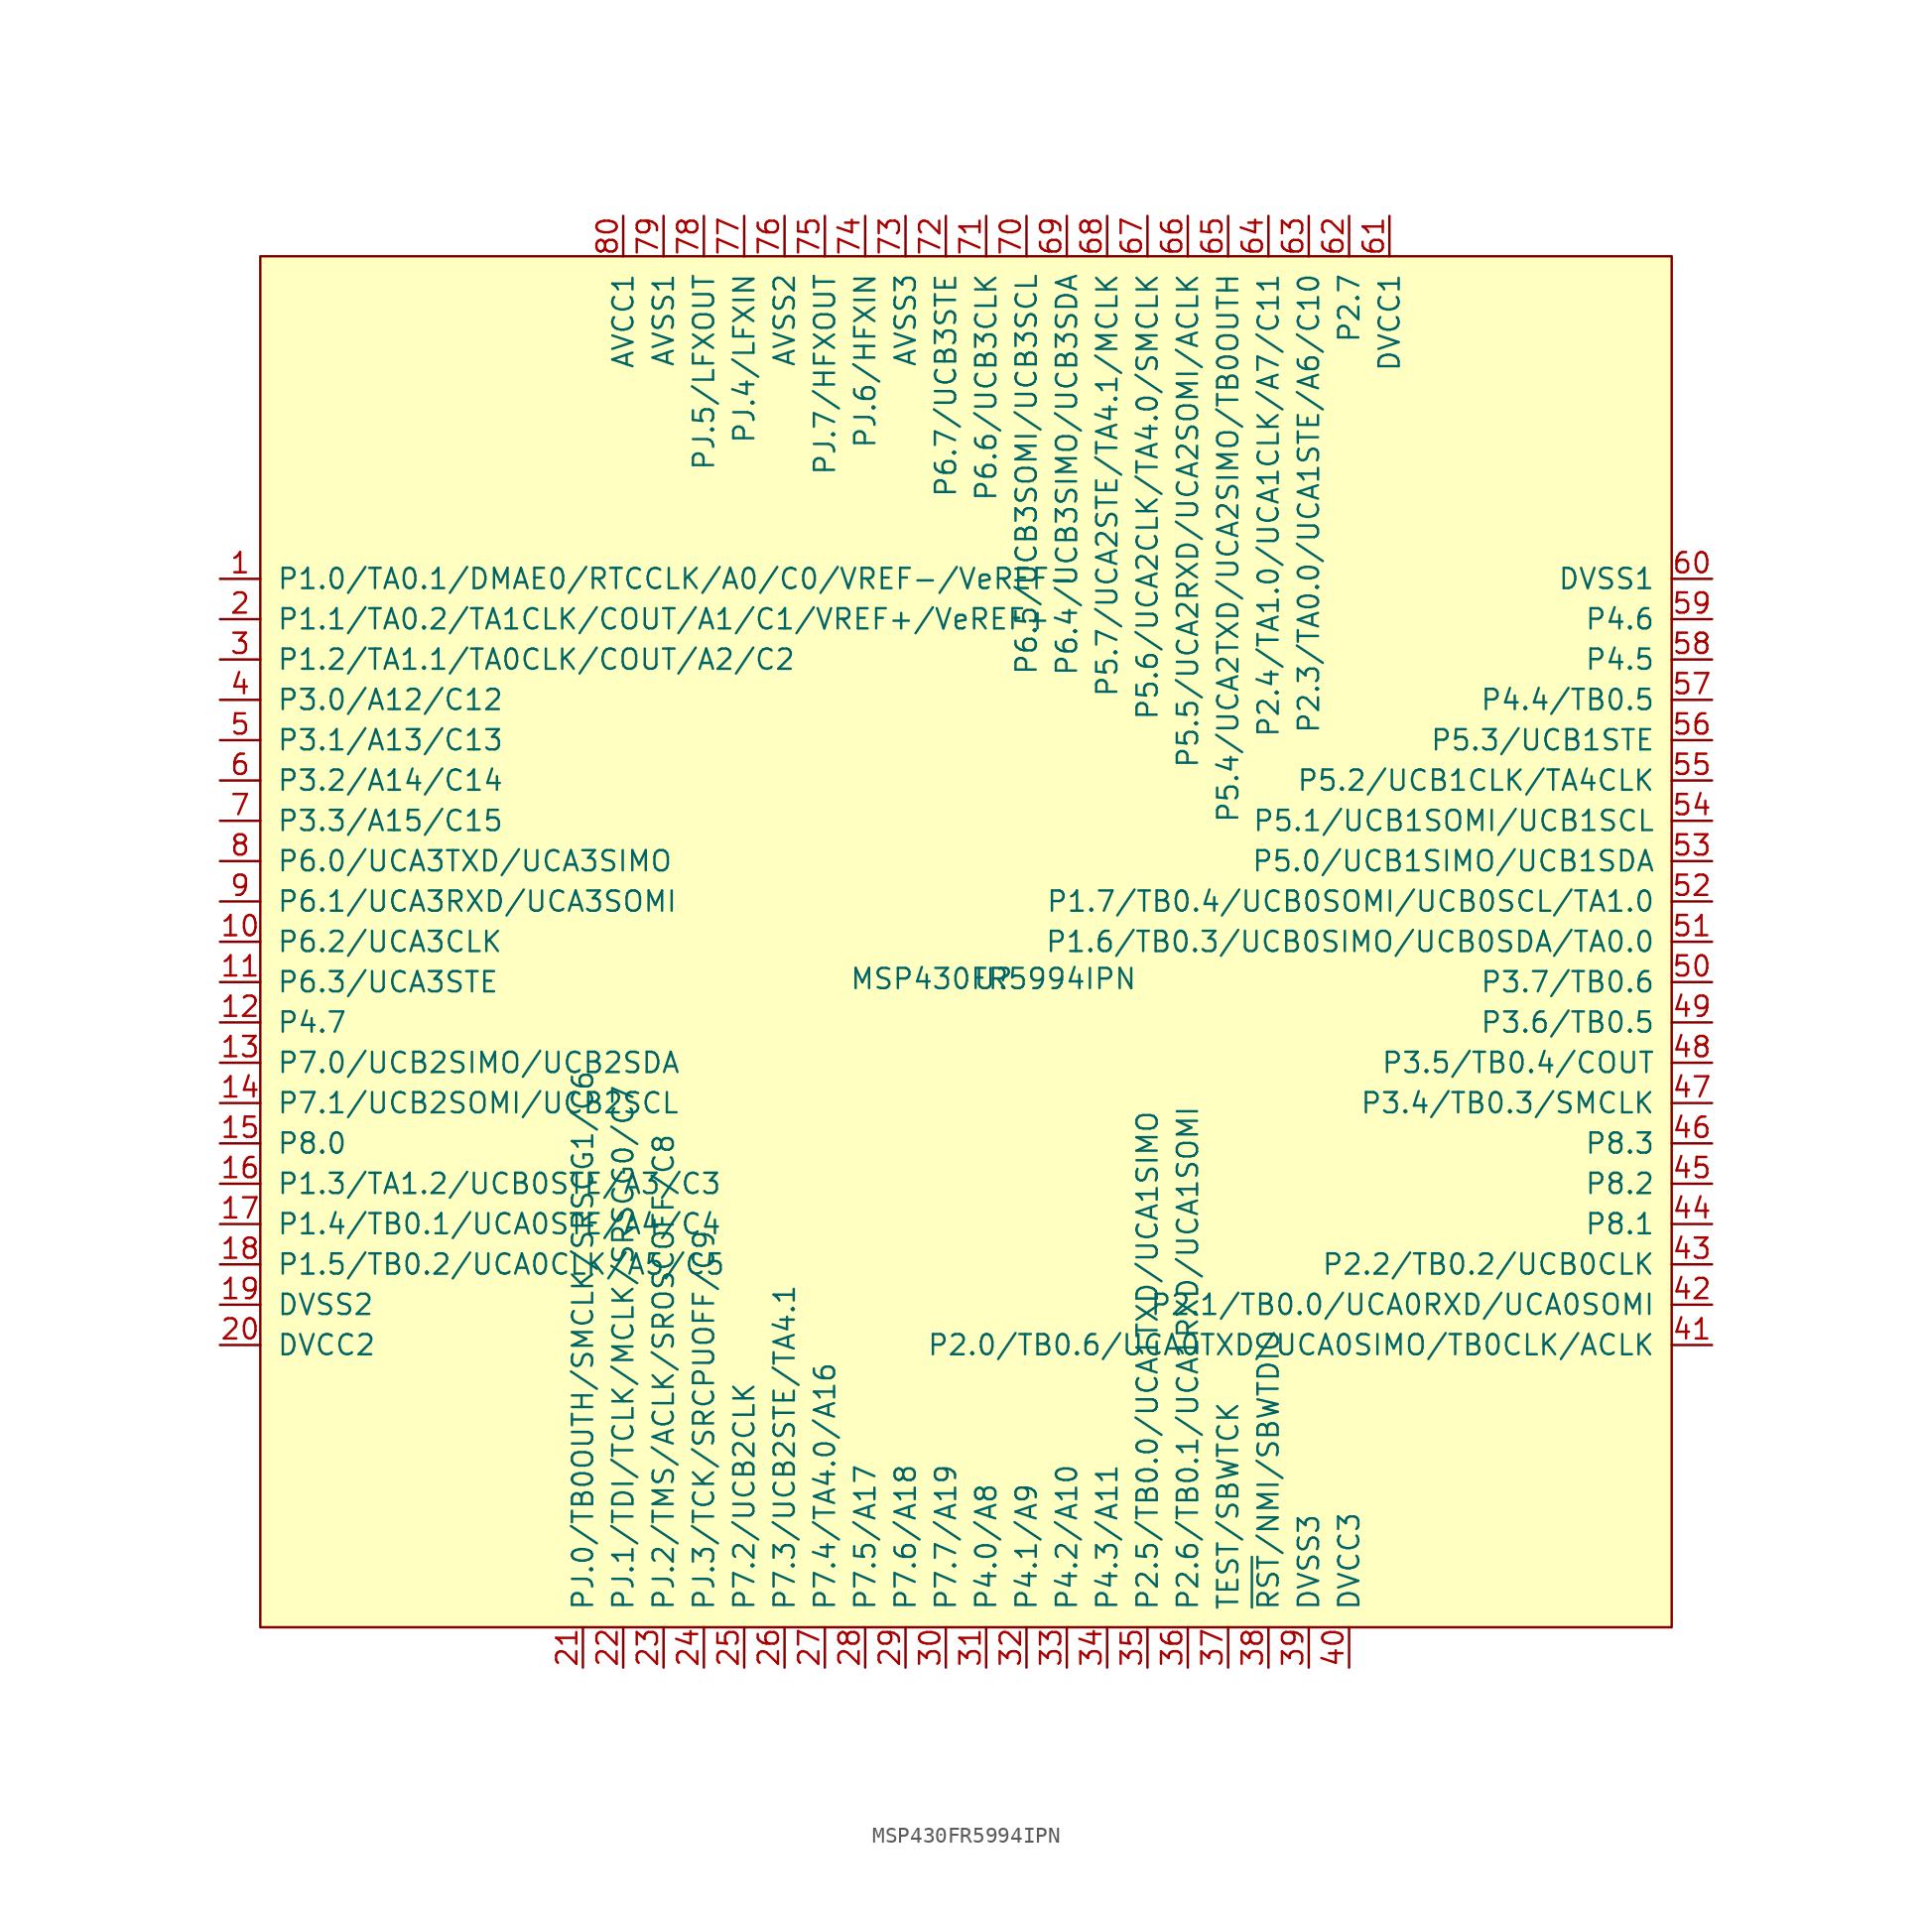
<source format=kicad_sym>
(kicad_symbol_lib
  (version 20211014)
  (generator kicad_symbol_editor)
  (symbol "MSP430FR5994IPN"
    (pin_names
      (offset 1.016))
    (property "Reference" "U"
      (at 0.457 0.203 0)
      (effects (font (size 1.27 1.27))))
    (property "Value" "MSP430FR5994IPN"
      (at 0.457 0.203 0)
      (effects (font (size 1.27 1.27))))
    (symbol "MSP430FR5994IPN_0_1"
      (polyline (pts (xy -45.72 45.72) (xy -45.72 -40.64) (xy 43.18 -40.64) (xy 43.18 45.72) (xy -45.72 45.72)) (stroke (width 0) (type default) (color 0 0 0 0)) (fill (type background))))
    (symbol "MSP430FR5994IPN_1_1"
      (pin bidirectional line (at -48.26 25.4 0) (length 2.54) (name "P1.0/TA0.1/DMAE0/RTCCLK/A0/C0/VREF-/VeREF-" (effects (font (size 1.27 1.27)))) (number "1" (effects (font (size 1.27 1.27)))))
      (pin bidirectional line (at -48.26 2.54 0) (length 2.54) (name "P6.2/UCA3CLK" (effects (font (size 1.27 1.27)))) (number "10" (effects (font (size 1.27 1.27)))))
      (pin bidirectional line (at -48.26 0 0) (length 2.54) (name "P6.3/UCA3STE" (effects (font (size 1.27 1.27)))) (number "11" (effects (font (size 1.27 1.27)))))
      (pin bidirectional line (at -48.26 -2.54 0) (length 2.54) (name "P4.7" (effects (font (size 1.27 1.27)))) (number "12" (effects (font (size 1.27 1.27)))))
      (pin bidirectional line (at -48.26 -5.08 0) (length 2.54) (name "P7.0/UCB2SIMO/UCB2SDA" (effects (font (size 1.27 1.27)))) (number "13" (effects (font (size 1.27 1.27)))))
      (pin bidirectional line (at -48.26 -7.62 0) (length 2.54) (name "P7.1/UCB2SOMI/UCB2SCL" (effects (font (size 1.27 1.27)))) (number "14" (effects (font (size 1.27 1.27)))))
      (pin bidirectional line (at -48.26 -10.16 0) (length 2.54) (name "P8.0" (effects (font (size 1.27 1.27)))) (number "15" (effects (font (size 1.27 1.27)))))
      (pin bidirectional line (at -48.26 -12.7 0) (length 2.54) (name "P1.3/TA1.2/UCB0STE/A3/C3" (effects (font (size 1.27 1.27)))) (number "16" (effects (font (size 1.27 1.27)))))
      (pin bidirectional line (at -48.26 -15.24 0) (length 2.54) (name "P1.4/TB0.1/UCA0STE/A4/C4" (effects (font (size 1.27 1.27)))) (number "17" (effects (font (size 1.27 1.27)))))
      (pin bidirectional line (at -48.26 -17.78 0) (length 2.54) (name "P1.5/TB0.2/UCA0CLK/A5/C5" (effects (font (size 1.27 1.27)))) (number "18" (effects (font (size 1.27 1.27)))))
      (pin power_in line (at -48.26 -20.32 0) (length 2.54) (name "DVSS2" (effects (font (size 1.27 1.27)))) (number "19" (effects (font (size 1.27 1.27)))))
      (pin bidirectional line (at -48.26 22.86 0) (length 2.54) (name "P1.1/TA0.2/TA1CLK/COUT/A1/C1/VREF+/VeREF+" (effects (font (size 1.27 1.27)))) (number "2" (effects (font (size 1.27 1.27)))))
      (pin power_in line (at -48.26 -22.86 0) (length 2.54) (name "DVCC2" (effects (font (size 1.27 1.27)))) (number "20" (effects (font (size 1.27 1.27)))))
      (pin bidirectional line (at -25.4 -43.18 90) (length 2.54) (name "PJ.0/TB0OUTH/SMCLK/SRSCG1/C6" (effects (font (size 1.27 1.27)))) (number "21" (effects (font (size 1.27 1.27)))))
      (pin bidirectional line (at -22.86 -43.18 90) (length 2.54) (name "PJ.1/TDI/TCLK/MCLK/SRSCG0/C7" (effects (font (size 1.27 1.27)))) (number "22" (effects (font (size 1.27 1.27)))))
      (pin bidirectional line (at -20.32 -43.18 90) (length 2.54) (name "PJ.2/TMS/ACLK/SROSCOFF/C8" (effects (font (size 1.27 1.27)))) (number "23" (effects (font (size 1.27 1.27)))))
      (pin bidirectional line (at -17.78 -43.18 90) (length 2.54) (name "PJ.3/TCK/SRCPUOFF/C9" (effects (font (size 1.27 1.27)))) (number "24" (effects (font (size 1.27 1.27)))))
      (pin bidirectional line (at -15.24 -43.18 90) (length 2.54) (name "P7.2/UCB2CLK" (effects (font (size 1.27 1.27)))) (number "25" (effects (font (size 1.27 1.27)))))
      (pin bidirectional line (at -12.7 -43.18 90) (length 2.54) (name "P7.3/UCB2STE/TA4.1" (effects (font (size 1.27 1.27)))) (number "26" (effects (font (size 1.27 1.27)))))
      (pin bidirectional line (at -10.16 -43.18 90) (length 2.54) (name "P7.4/TA4.0/A16" (effects (font (size 1.27 1.27)))) (number "27" (effects (font (size 1.27 1.27)))))
      (pin bidirectional line (at -7.62 -43.18 90) (length 2.54) (name "P7.5/A17" (effects (font (size 1.27 1.27)))) (number "28" (effects (font (size 1.27 1.27)))))
      (pin bidirectional line (at -5.08 -43.18 90) (length 2.54) (name "P7.6/A18" (effects (font (size 1.27 1.27)))) (number "29" (effects (font (size 1.27 1.27)))))
      (pin bidirectional line (at -48.26 20.32 0) (length 2.54) (name "P1.2/TA1.1/TA0CLK/COUT/A2/C2" (effects (font (size 1.27 1.27)))) (number "3" (effects (font (size 1.27 1.27)))))
      (pin bidirectional line (at -2.54 -43.18 90) (length 2.54) (name "P7.7/A19" (effects (font (size 1.27 1.27)))) (number "30" (effects (font (size 1.27 1.27)))))
      (pin bidirectional line (at 0 -43.18 90) (length 2.54) (name "P4.0/A8" (effects (font (size 1.27 1.27)))) (number "31" (effects (font (size 1.27 1.27)))))
      (pin bidirectional line (at 2.54 -43.18 90) (length 2.54) (name "P4.1/A9" (effects (font (size 1.27 1.27)))) (number "32" (effects (font (size 1.27 1.27)))))
      (pin bidirectional line (at 5.08 -43.18 90) (length 2.54) (name "P4.2/A10" (effects (font (size 1.27 1.27)))) (number "33" (effects (font (size 1.27 1.27)))))
      (pin bidirectional line (at 7.62 -43.18 90) (length 2.54) (name "P4.3/A11" (effects (font (size 1.27 1.27)))) (number "34" (effects (font (size 1.27 1.27)))))
      (pin bidirectional line (at 10.16 -43.18 90) (length 2.54) (name "P2.5/TB0.0/UCA1TXD/UCA1SIMO" (effects (font (size 1.27 1.27)))) (number "35" (effects (font (size 1.27 1.27)))))
      (pin bidirectional line (at 12.7 -43.18 90) (length 2.54) (name "P2.6/TB0.1/UCA1RXD/UCA1SOMI" (effects (font (size 1.27 1.27)))) (number "36" (effects (font (size 1.27 1.27)))))
      (pin bidirectional line (at 15.24 -43.18 90) (length 2.54) (name "TEST/SBWTCK" (effects (font (size 1.27 1.27)))) (number "37" (effects (font (size 1.27 1.27)))))
      (pin bidirectional line (at 17.78 -43.18 90) (length 2.54) (name "~{RST}/NMI/SBWTDIO" (effects (font (size 1.27 1.27)))) (number "38" (effects (font (size 1.27 1.27)))))
      (pin power_in line (at 20.32 -43.18 90) (length 2.54) (name "DVSS3" (effects (font (size 1.27 1.27)))) (number "39" (effects (font (size 1.27 1.27)))))
      (pin bidirectional line (at -48.26 17.78 0) (length 2.54) (name "P3.0/A12/C12" (effects (font (size 1.27 1.27)))) (number "4" (effects (font (size 1.27 1.27)))))
      (pin power_in line (at 22.86 -43.18 90) (length 2.54) (name "DVCC3" (effects (font (size 1.27 1.27)))) (number "40" (effects (font (size 1.27 1.27)))))
      (pin bidirectional line (at 45.72 -22.86 180) (length 2.54) (name "P2.0/TB0.6/UCA0TXD/UCA0SIMO/TB0CLK/ACLK" (effects (font (size 1.27 1.27)))) (number "41" (effects (font (size 1.27 1.27)))))
      (pin bidirectional line (at 45.72 -20.32 180) (length 2.54) (name "P2.1/TB0.0/UCA0RXD/UCA0SOMI" (effects (font (size 1.27 1.27)))) (number "42" (effects (font (size 1.27 1.27)))))
      (pin bidirectional line (at 45.72 -17.78 180) (length 2.54) (name "P2.2/TB0.2/UCB0CLK" (effects (font (size 1.27 1.27)))) (number "43" (effects (font (size 1.27 1.27)))))
      (pin bidirectional line (at 45.72 -15.24 180) (length 2.54) (name "P8.1" (effects (font (size 1.27 1.27)))) (number "44" (effects (font (size 1.27 1.27)))))
      (pin bidirectional line (at 45.72 -12.7 180) (length 2.54) (name "P8.2" (effects (font (size 1.27 1.27)))) (number "45" (effects (font (size 1.27 1.27)))))
      (pin bidirectional line (at 45.72 -10.16 180) (length 2.54) (name "P8.3" (effects (font (size 1.27 1.27)))) (number "46" (effects (font (size 1.27 1.27)))))
      (pin bidirectional line (at 45.72 -7.62 180) (length 2.54) (name "P3.4/TB0.3/SMCLK" (effects (font (size 1.27 1.27)))) (number "47" (effects (font (size 1.27 1.27)))))
      (pin bidirectional line (at 45.72 -5.08 180) (length 2.54) (name "P3.5/TB0.4/COUT" (effects (font (size 1.27 1.27)))) (number "48" (effects (font (size 1.27 1.27)))))
      (pin bidirectional line (at 45.72 -2.54 180) (length 2.54) (name "P3.6/TB0.5" (effects (font (size 1.27 1.27)))) (number "49" (effects (font (size 1.27 1.27)))))
      (pin bidirectional line (at -48.26 15.24 0) (length 2.54) (name "P3.1/A13/C13" (effects (font (size 1.27 1.27)))) (number "5" (effects (font (size 1.27 1.27)))))
      (pin bidirectional line (at 45.72 0 180) (length 2.54) (name "P3.7/TB0.6" (effects (font (size 1.27 1.27)))) (number "50" (effects (font (size 1.27 1.27)))))
      (pin bidirectional line (at 45.72 2.54 180) (length 2.54) (name "P1.6/TB0.3/UCB0SIMO/UCB0SDA/TA0.0" (effects (font (size 1.27 1.27)))) (number "51" (effects (font (size 1.27 1.27)))))
      (pin bidirectional line (at 45.72 5.08 180) (length 2.54) (name "P1.7/TB0.4/UCB0SOMI/UCB0SCL/TA1.0" (effects (font (size 1.27 1.27)))) (number "52" (effects (font (size 1.27 1.27)))))
      (pin bidirectional line (at 45.72 7.62 180) (length 2.54) (name "P5.0/UCB1SIMO/UCB1SDA" (effects (font (size 1.27 1.27)))) (number "53" (effects (font (size 1.27 1.27)))))
      (pin bidirectional line (at 45.72 10.16 180) (length 2.54) (name "P5.1/UCB1SOMI/UCB1SCL" (effects (font (size 1.27 1.27)))) (number "54" (effects (font (size 1.27 1.27)))))
      (pin bidirectional line (at 45.72 12.7 180) (length 2.54) (name "P5.2/UCB1CLK/TA4CLK" (effects (font (size 1.27 1.27)))) (number "55" (effects (font (size 1.27 1.27)))))
      (pin bidirectional line (at 45.72 15.24 180) (length 2.54) (name "P5.3/UCB1STE" (effects (font (size 1.27 1.27)))) (number "56" (effects (font (size 1.27 1.27)))))
      (pin bidirectional line (at 45.72 17.78 180) (length 2.54) (name "P4.4/TB0.5" (effects (font (size 1.27 1.27)))) (number "57" (effects (font (size 1.27 1.27)))))
      (pin bidirectional line (at 45.72 20.32 180) (length 2.54) (name "P4.5" (effects (font (size 1.27 1.27)))) (number "58" (effects (font (size 1.27 1.27)))))
      (pin bidirectional line (at 45.72 22.86 180) (length 2.54) (name "P4.6" (effects (font (size 1.27 1.27)))) (number "59" (effects (font (size 1.27 1.27)))))
      (pin bidirectional line (at -48.26 12.7 0) (length 2.54) (name "P3.2/A14/C14" (effects (font (size 1.27 1.27)))) (number "6" (effects (font (size 1.27 1.27)))))
      (pin power_in line (at 45.72 25.4 180) (length 2.54) (name "DVSS1" (effects (font (size 1.27 1.27)))) (number "60" (effects (font (size 1.27 1.27)))))
      (pin power_in line (at 25.4 48.26 270) (length 2.54) (name "DVCC1" (effects (font (size 1.27 1.27)))) (number "61" (effects (font (size 1.27 1.27)))))
      (pin bidirectional line (at 22.86 48.26 270) (length 2.54) (name "P2.7" (effects (font (size 1.27 1.27)))) (number "62" (effects (font (size 1.27 1.27)))))
      (pin bidirectional line (at 20.32 48.26 270) (length 2.54) (name "P2.3/TA0.0/UCA1STE/A6/C10" (effects (font (size 1.27 1.27)))) (number "63" (effects (font (size 1.27 1.27)))))
      (pin bidirectional line (at 17.78 48.26 270) (length 2.54) (name "P2.4/TA1.0/UCA1CLK/A7/C11" (effects (font (size 1.27 1.27)))) (number "64" (effects (font (size 1.27 1.27)))))
      (pin bidirectional line (at 15.24 48.26 270) (length 2.54) (name "P5.4/UCA2TXD/UCA2SIMO/TB0OUTH" (effects (font (size 1.27 1.27)))) (number "65" (effects (font (size 1.27 1.27)))))
      (pin bidirectional line (at 12.7 48.26 270) (length 2.54) (name "P5.5/UCA2RXD/UCA2SOMI/ACLK" (effects (font (size 1.27 1.27)))) (number "66" (effects (font (size 1.27 1.27)))))
      (pin bidirectional line (at 10.16 48.26 270) (length 2.54) (name "P5.6/UCA2CLK/TA4.0/SMCLK" (effects (font (size 1.27 1.27)))) (number "67" (effects (font (size 1.27 1.27)))))
      (pin bidirectional line (at 7.62 48.26 270) (length 2.54) (name "P5.7/UCA2STE/TA4.1/MCLK" (effects (font (size 1.27 1.27)))) (number "68" (effects (font (size 1.27 1.27)))))
      (pin bidirectional line (at 5.08 48.26 270) (length 2.54) (name "P6.4/UCB3SIMO/UCB3SDA" (effects (font (size 1.27 1.27)))) (number "69" (effects (font (size 1.27 1.27)))))
      (pin bidirectional line (at -48.26 10.16 0) (length 2.54) (name "P3.3/A15/C15" (effects (font (size 1.27 1.27)))) (number "7" (effects (font (size 1.27 1.27)))))
      (pin bidirectional line (at 2.54 48.26 270) (length 2.54) (name "P6.5/UCB3SOMI/UCB3SCL" (effects (font (size 1.27 1.27)))) (number "70" (effects (font (size 1.27 1.27)))))
      (pin bidirectional line (at 0 48.26 270) (length 2.54) (name "P6.6/UCB3CLK" (effects (font (size 1.27 1.27)))) (number "71" (effects (font (size 1.27 1.27)))))
      (pin bidirectional line (at -2.54 48.26 270) (length 2.54) (name "P6.7/UCB3STE" (effects (font (size 1.27 1.27)))) (number "72" (effects (font (size 1.27 1.27)))))
      (pin power_in line (at -5.08 48.26 270) (length 2.54) (name "AVSS3" (effects (font (size 1.27 1.27)))) (number "73" (effects (font (size 1.27 1.27)))))
      (pin bidirectional line (at -7.62 48.26 270) (length 2.54) (name "PJ.6/HFXIN" (effects (font (size 1.27 1.27)))) (number "74" (effects (font (size 1.27 1.27)))))
      (pin bidirectional line (at -10.16 48.26 270) (length 2.54) (name "PJ.7/HFXOUT" (effects (font (size 1.27 1.27)))) (number "75" (effects (font (size 1.27 1.27)))))
      (pin power_out line (at -12.7 48.26 270) (length 2.54) (name "AVSS2" (effects (font (size 1.27 1.27)))) (number "76" (effects (font (size 1.27 1.27)))))
      (pin bidirectional line (at -15.24 48.26 270) (length 2.54) (name "PJ.4/LFXIN" (effects (font (size 1.27 1.27)))) (number "77" (effects (font (size 1.27 1.27)))))
      (pin bidirectional line (at -17.78 48.26 270) (length 2.54) (name "PJ.5/LFXOUT" (effects (font (size 1.27 1.27)))) (number "78" (effects (font (size 1.27 1.27)))))
      (pin power_out line (at -20.32 48.26 270) (length 2.54) (name "AVSS1" (effects (font (size 1.27 1.27)))) (number "79" (effects (font (size 1.27 1.27)))))
      (pin bidirectional line (at -48.26 7.62 0) (length 2.54) (name "P6.0/UCA3TXD/UCA3SIMO" (effects (font (size 1.27 1.27)))) (number "8" (effects (font (size 1.27 1.27)))))
      (pin power_out line (at -22.86 48.26 270) (length 2.54) (name "AVCC1" (effects (font (size 1.27 1.27)))) (number "80" (effects (font (size 1.27 1.27)))))
      (pin bidirectional line (at -48.26 5.08 0) (length 2.54) (name "P6.1/UCA3RXD/UCA3SOMI" (effects (font (size 1.27 1.27)))) (number "9" (effects (font (size 1.27 1.27))))))))
</source>
